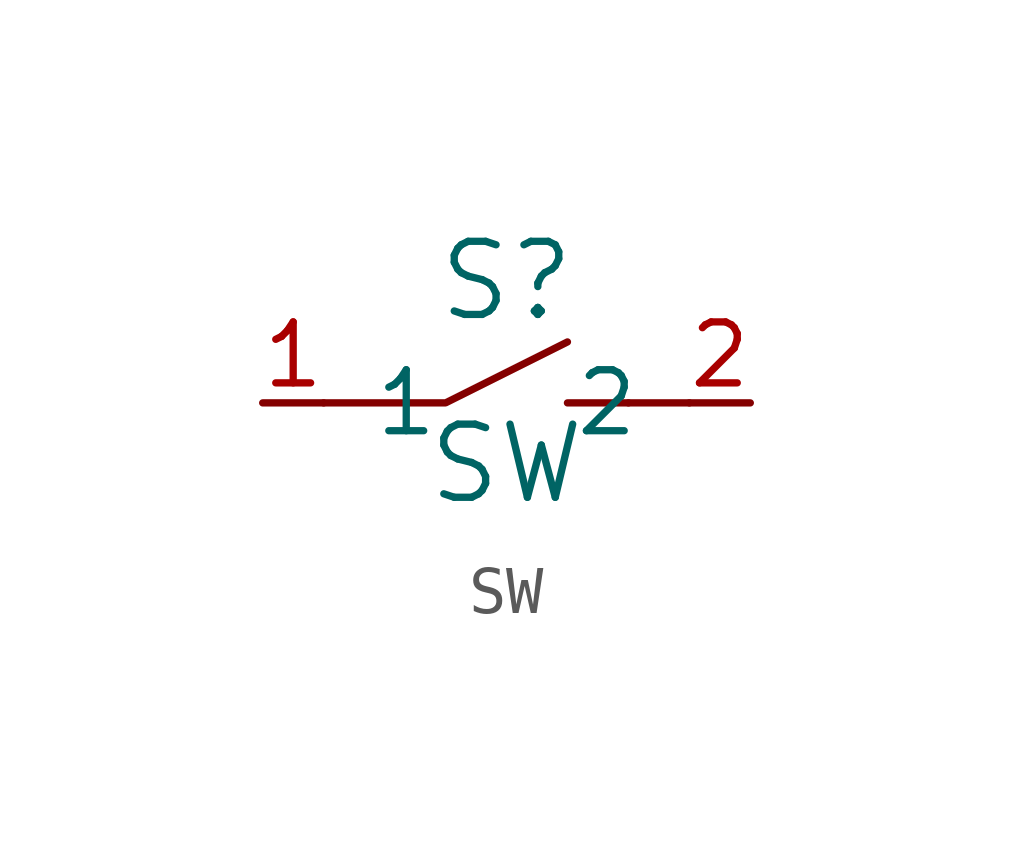
<source format=kicad_sym>
(kicad_symbol_lib
  (version 20211014)
  (generator kicad_symbol_editor)
  (symbol "SW"
    (pin_names
      (offset 1.016))
    (property "Reference" "S"
      (at 0 2.54 0)
      (effects (font (size 1.524 1.524))))
    (property "Value" "SW"
      (at 0 -1.27 0)
      (effects (font (size 1.524 1.524))))
    (property "Footprint" ""
      (at 0 0 0)
      (effects (font (size 1.524 1.524))))
    (property "Datasheet" ""
      (at 0 0 0)
      (effects (font (size 1.524 1.524))))
    (symbol "SW_0_1"
      (polyline (pts (xy 2.54 0) (xy 1.27 0)) (stroke (width 0) (type default) (color 0 0 0 0)) (fill (type none)))
      (polyline (pts (xy 3.81 0) (xy 2.54 0)) (stroke (width 0) (type default) (color 0 0 0 0)) (fill (type none)))
      (polyline (pts (xy 1.27 1.27) (xy -1.27 0) (xy -3.81 0)) (stroke (width 0) (type default) (color 0 0 0 0)) (fill (type none))))
    (symbol "SW_1_1"
      (pin bidirectional line (at -5.08 0 0) (length 1.27) (name "1" (effects (font (size 1.27 1.27)))) (number "1" (effects (font (size 1.27 1.27)))))
      (pin bidirectional line (at 5.08 0 180) (length 1.27) (name "2" (effects (font (size 1.27 1.27)))) (number "2" (effects (font (size 1.27 1.27))))))))
</source>
